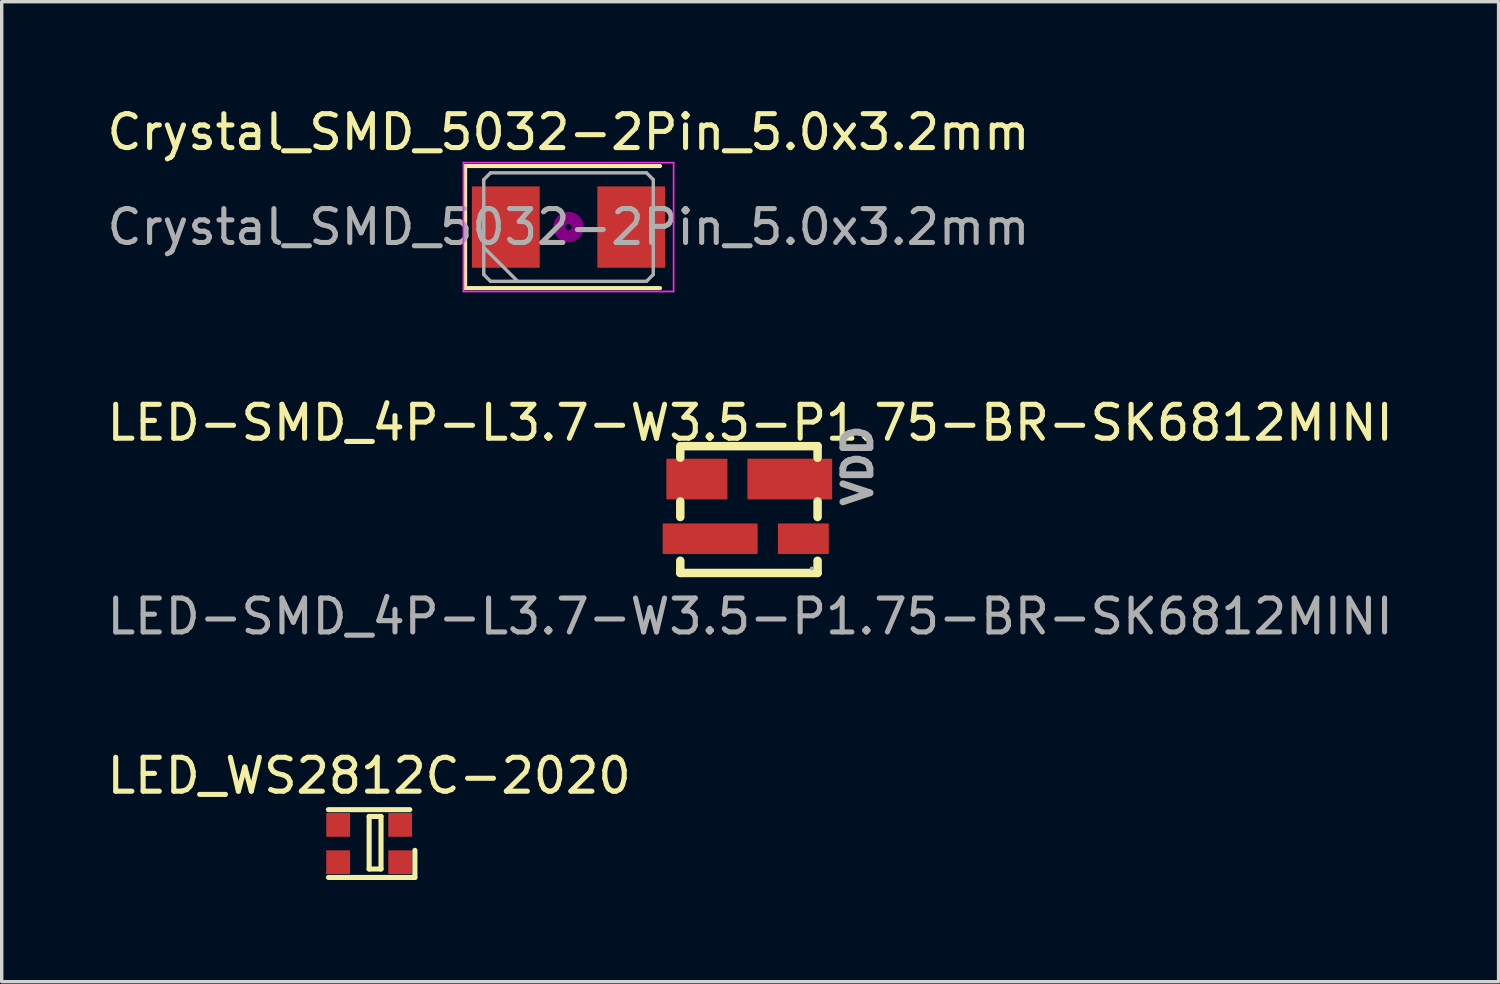
<source format=kicad_pcb>
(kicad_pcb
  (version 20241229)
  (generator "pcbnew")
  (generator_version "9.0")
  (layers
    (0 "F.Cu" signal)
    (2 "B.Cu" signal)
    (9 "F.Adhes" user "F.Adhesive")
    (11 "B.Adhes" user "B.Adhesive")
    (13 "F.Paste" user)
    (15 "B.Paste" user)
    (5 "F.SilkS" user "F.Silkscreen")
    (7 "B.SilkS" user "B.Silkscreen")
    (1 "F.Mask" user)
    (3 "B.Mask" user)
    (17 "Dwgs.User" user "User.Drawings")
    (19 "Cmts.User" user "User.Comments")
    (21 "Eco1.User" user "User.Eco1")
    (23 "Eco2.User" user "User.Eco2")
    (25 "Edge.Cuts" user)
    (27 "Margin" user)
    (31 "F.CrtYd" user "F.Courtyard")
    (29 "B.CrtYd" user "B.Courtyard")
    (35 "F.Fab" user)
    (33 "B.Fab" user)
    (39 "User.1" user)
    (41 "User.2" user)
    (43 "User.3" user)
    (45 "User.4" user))
  (footprint "LED-SMD_4P-L3.7-W3.5-P1.75-BR-SK6812MINI"
    (layer "F.Cu")
    (at 19.077 11.961)
    (property "Reference" "LED-SMD_4P-L3.7-W3.5-P1.75-BR-SK6812MINI" (at 0 -2.54 0) (layer "F.SilkS") (effects (font (size 1 1) (thickness 0.15))))
    (attr smd)
    (fp_line (start -2.06 -1.51) (end -2.06 -1.85) (stroke (width 0.25) (type solid)) (layer "F.SilkS"))
    (fp_line (start -2.06 0.24) (end -2.06 -0.22) (stroke (width 0.25) (type solid)) (layer "F.SilkS"))
    (fp_line (start -2.06 1.89) (end -2.06 1.53) (stroke (width 0.25) (type solid)) (layer "F.SilkS"))
    (fp_line (start -1.96 -1.85) (end 1.99 -1.85) (stroke (width 0.25) (type solid)) (layer "F.SilkS"))
    (fp_line (start 1.99 -1.85) (end 1.99 -1.51) (stroke (width 0.25) (type solid)) (layer "F.SilkS"))
    (fp_line (start 1.99 -0.22) (end 1.99 0.24) (stroke (width 0.25) (type solid)) (layer "F.SilkS"))
    (fp_line (start 1.99 1.53) (end 1.99 1.89) (stroke (width 0.25) (type solid)) (layer "F.SilkS"))
    (fp_line (start 1.99 1.89) (end -2.06 1.89) (stroke (width 0.25) (type solid)) (layer "F.SilkS"))
    (fp_circle (center 1.82 1.76) (end 1.85 1.76) (stroke (width 0.06) (type solid)) (fill no) (layer "F.Fab"))
    (fp_text user "${REFERENCE}" (at 0 3.175 0) (layer "F.Fab") (effects (font (size 1 1) (thickness 0.15))))
    (fp_text user "VDD" (at 3.175 0 90) (layer "F.Fab") (effects (font (size 0.8 0.8) (thickness 0.2)) (justify left)))
    (pad "1" smd rect (at 1.57 0.88 180) (size 1.5 0.9) (layers "F.Cu" "F.Mask" "F.Paste"))
    (pad "2" smd rect (at 1.17 -0.88 180) (size 2.5 1.2) (layers "F.Cu" "F.Mask" "F.Paste"))
    (pad "3" smd rect (at -1.57 -0.88 180) (size 1.8 1.2) (layers "F.Cu" "F.Mask" "F.Paste"))
    (pad "4" smd rect (at -1.18 0.88 180) (size 2.8 0.9) (layers "F.Cu" "F.Mask" "F.Paste")))
  (footprint "LED_WS2812C-2020"
    (layer "F.Cu")
    (at 7.839 21.833)
    (property "Reference" "LED_WS2812C-2020" (at 0 -2 0) (layer "F.SilkS") (effects (font (size 1 1) (thickness 0.15))))
    (attr smd)
    (fp_line (start -1.2 -1) (end 1.2 -1) (stroke (width 0.15) (type solid)) (layer "F.SilkS"))
    (fp_line (start -1.2 1) (end 1.35 1) (stroke (width 0.15) (type solid)) (layer "F.SilkS"))
    (fp_line (start 0 -0.8) (end 0 0.75) (stroke (width 0.15) (type solid)) (layer "F.SilkS"))
    (fp_line (start 0 0.75) (end 0.35 0.75) (stroke (width 0.15) (type solid)) (layer "F.SilkS"))
    (fp_line (start 0.35 -0.8) (end 0 -0.8) (stroke (width 0.15) (type solid)) (layer "F.SilkS"))
    (fp_line (start 0.35 0.75) (end 0.35 -0.8) (stroke (width 0.15) (type solid)) (layer "F.SilkS"))
    (fp_line (start 1.35 1) (end 1.35 0.2) (stroke (width 0.15) (type solid)) (layer "F.SilkS"))
    (pad "1" smd rect (at 0.915 0.55) (size 0.7 0.7) (layers "F.Cu" "F.Mask" "F.Paste"))
    (pad "2" smd rect (at 0.915 -0.55) (size 0.7 0.7) (layers "F.Cu" "F.Mask" "F.Paste"))
    (pad "3" smd rect (at -0.915 -0.55) (size 0.7 0.7) (layers "F.Cu" "F.Mask" "F.Paste"))
    (pad "4" smd rect (at -0.915 0.55) (size 0.7 0.7) (layers "F.Cu" "F.Mask" "F.Paste")))
  (footprint "Crystal_SMD_5032-2Pin_5.0x3.2mm"
    (layer "F.Cu")
    (at 13.72 3.648)
    (property "Reference" "Crystal_SMD_5032-2Pin_5.0x3.2mm" (at 0 -2.8 0) (layer "F.SilkS") (effects (font (size 1 1) (thickness 0.15))))
    (attr smd)
    (fp_line (start -3.05 -1.8) (end -3.05 1.8) (stroke (width 0.12) (type solid)) (layer "F.SilkS"))
    (fp_line (start -3.05 1.8) (end 2.7 1.8) (stroke (width 0.12) (type solid)) (layer "F.SilkS"))
    (fp_line (start 2.7 -1.8) (end -3.05 -1.8) (stroke (width 0.12) (type solid)) (layer "F.SilkS"))
    (fp_circle (center 0 0) (end 0.093 0) (stroke (width 0.187) (type solid)) (fill no) (layer "F.Adhes"))
    (fp_circle (center 0 0) (end 0.213 0) (stroke (width 0.133) (type solid)) (fill no) (layer "F.Adhes"))
    (fp_circle (center 0 0) (end 0.333 0) (stroke (width 0.133) (type solid)) (fill no) (layer "F.Adhes"))
    (fp_circle (center 0 0) (end 0.4 0) (stroke (width 0.1) (type solid)) (fill no) (layer "F.Adhes"))
    (fp_line (start -3.1 -1.9) (end -3.1 1.9) (stroke (width 0.05) (type solid)) (layer "F.CrtYd"))
    (fp_line (start -3.1 1.9) (end 3.1 1.9) (stroke (width 0.05) (type solid)) (layer "F.CrtYd"))
    (fp_line (start 3.1 -1.9) (end -3.1 -1.9) (stroke (width 0.05) (type solid)) (layer "F.CrtYd"))
    (fp_line (start 3.1 1.9) (end 3.1 -1.9) (stroke (width 0.05) (type solid)) (layer "F.CrtYd"))
    (fp_line (start -2.5 -1.4) (end -2.3 -1.6) (stroke (width 0.1) (type solid)) (layer "F.Fab"))
    (fp_line (start -2.5 0.6) (end -1.5 1.6) (stroke (width 0.1) (type solid)) (layer "F.Fab"))
    (fp_line (start -2.5 1.4) (end -2.5 -1.4) (stroke (width 0.1) (type solid)) (layer "F.Fab"))
    (fp_line (start -2.3 -1.6) (end 2.3 -1.6) (stroke (width 0.1) (type solid)) (layer "F.Fab"))
    (fp_line (start -2.3 1.6) (end -2.5 1.4) (stroke (width 0.1) (type solid)) (layer "F.Fab"))
    (fp_line (start 2.3 -1.6) (end 2.5 -1.4) (stroke (width 0.1) (type solid)) (layer "F.Fab"))
    (fp_line (start 2.3 1.6) (end -2.3 1.6) (stroke (width 0.1) (type solid)) (layer "F.Fab"))
    (fp_line (start 2.5 -1.4) (end 2.5 1.4) (stroke (width 0.1) (type solid)) (layer "F.Fab"))
    (fp_line (start 2.5 1.4) (end 2.3 1.6) (stroke (width 0.1) (type solid)) (layer "F.Fab"))
    (fp_text user "${REFERENCE}" (at 0 0 0) (layer "F.Fab") (effects (font (size 1 1) (thickness 0.15))))
    (pad "1" smd rect (at -1.85 0) (size 2 2.4) (layers "F.Cu" "F.Mask" "F.Paste"))
    (pad "2" smd rect (at 1.85 0) (size 2 2.4) (layers "F.Cu" "F.Mask" "F.Paste")))
  (gr_rect
    (start -3 -3)
    (end 41.155 25.908)
    (stroke (width 0.1) (type default))
    (fill no)
    (layer "Edge.Cuts")))
</source>
